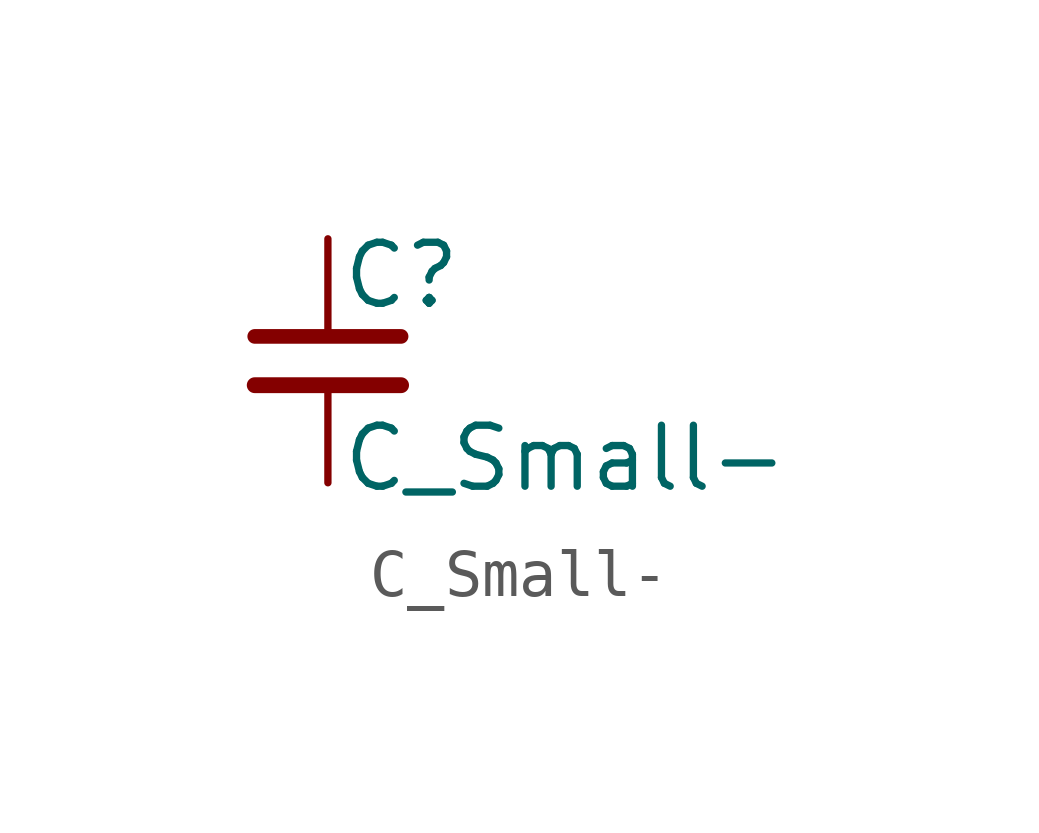
<source format=kicad_sym>
(kicad_symbol_lib
  (version 20231120)
  (generator "kicad_symbol_editor")
  (generator_version "8.0")
  (symbol "C_Small-"
    (pin_numbers hide)
    (pin_names
      (offset 0.254) hide)
    (property "Reference" "C"
      (at 0.254 1.778 0)
      (effects (font (size 1.27 1.27)) (justify left)))
    (property "Value" "C_Small-"
      (at 0.254 -2.032 0)
      (effects (font (size 1.27 1.27)) (justify left)))
    (symbol "C_Small-_0_1"
      (polyline (pts (xy -1.524 -0.508) (xy 1.524 -0.508)) (stroke (width 0.33) (type solid)) (fill (type none)))
      (polyline (pts (xy -1.524 0.508) (xy 1.524 0.508)) (stroke (width 0.305) (type solid)) (fill (type none))))
    (symbol "C_Small-_1_1"
      (pin passive line (at 0 2.54 270) (length 2.032) (name "~" (effects (font (size 1.27 1.27)))) (number "1" (effects (font (size 1.27 1.27)))))
      (pin passive line (at 0 -2.54 90) (length 2.032) (name "~" (effects (font (size 1.27 1.27)))) (number "2" (effects (font (size 1.27 1.27))))))))
</source>
